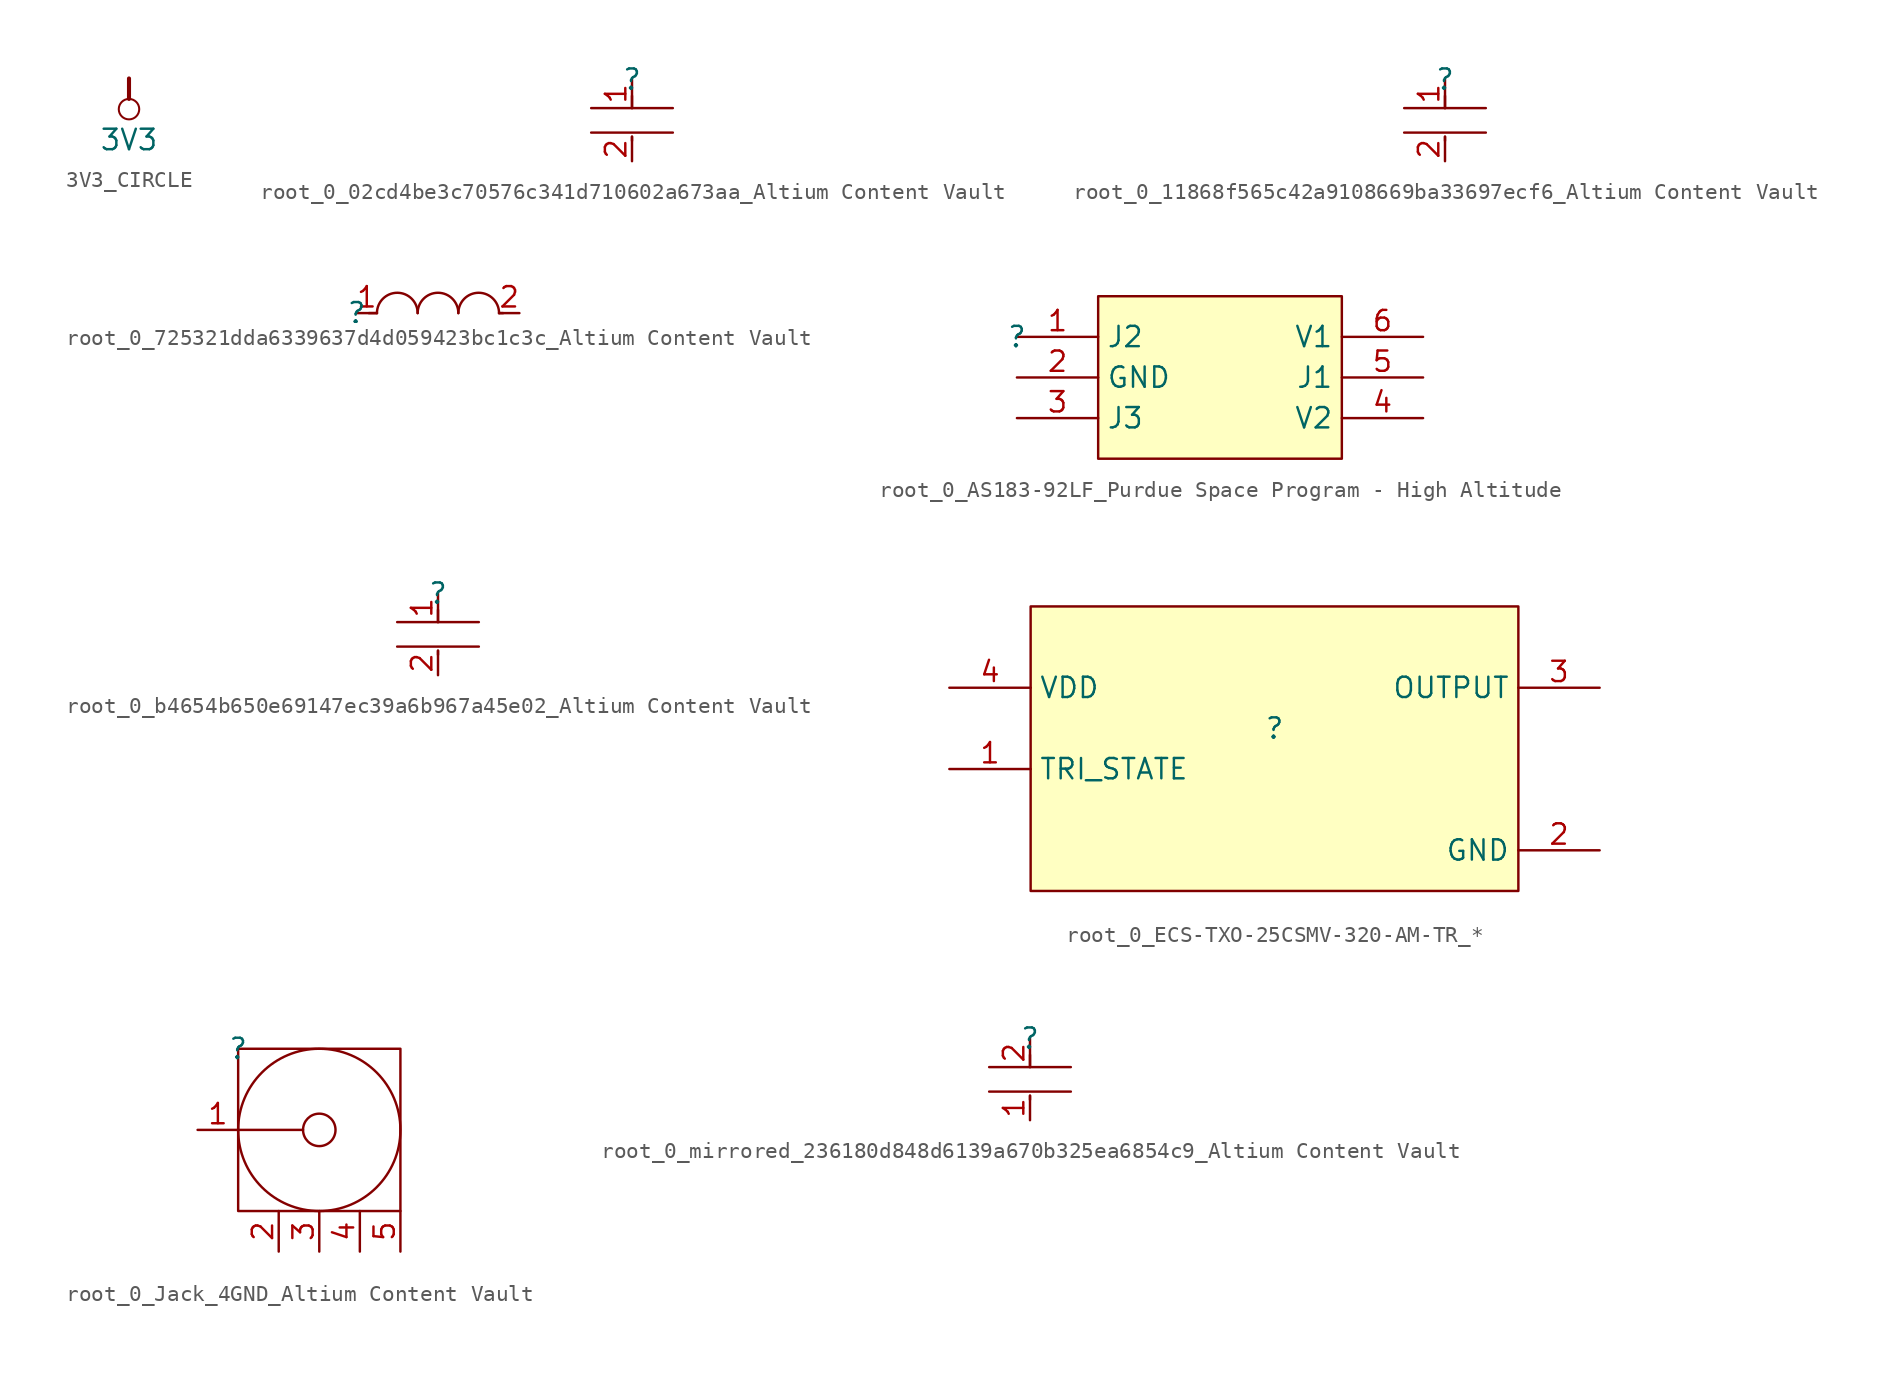
<source format=kicad_sym>
(kicad_symbol_lib
  (version 20241209)
  (generator "kicad_symbol_editor")
  (generator_version "9.0")
  (symbol "3V3_CIRCLE"
    (power)
    (property "Reference" "#PWR"
      (at 0 0 0)
      (effects (font (size 1.27 1.27)) (hide yes)))
    (property "Value" "3V3"
      (at 0 -3.81 0)
      (effects (font (size 1.27 1.27))))
    (symbol "3V3_CIRCLE_0_0"
      (polyline (pts (xy 0 0) (xy 0 -1.27)) (stroke (width 0.254) (type solid)) (fill (type none)))
      (circle (center 0 -1.905) (radius 0.635) (stroke (width 0.127) (type solid)) (fill (type none)))
      (pin power_in line (at 0 0 0) (length 0) (hide yes) (name "3V3" (effects (font (size 1.27 1.27)))) (number "" (effects (font (size 1.27 1.27)))))))
  (symbol "root_0_02cd4be3c70576c341d710602a673aa_Altium Content Vault"
    (pin_names
      (hide yes))
    (property "Reference" ""
      (at 0 0 0)
      (effects (font (size 1.27 1.27))))
    (property "Value" ""
      (at 0 0 0)
      (effects (font (size 1.27 1.27))))
    (symbol "root_0_02cd4be3c70576c341d710602a673aa_Altium Content Vault_1_0"
      (polyline (pts (xy 0 -1.778) (xy 0 -1.016)) (stroke (width 0) (type solid)) (fill (type none)))
      (polyline (pts (xy 0 -3.556) (xy 0 -3.81)) (stroke (width 0) (type solid)) (fill (type none)))
      (polyline (pts (xy 2.54 -1.778) (xy -2.54 -1.778)) (stroke (width 0) (type solid)) (fill (type none)))
      (polyline (pts (xy 2.54 -3.302) (xy -2.54 -3.302)) (stroke (width 0) (type solid)) (fill (type none)))
      (pin passive line (at 0 0 270) (length 1.778) (name "1" (effects (font (size 1.27 1.27)))) (number "1" (effects (font (size 1.27 1.27)))))
      (pin passive line (at 0 -5.08 90) (length 1.524) (name "2" (effects (font (size 1.27 1.27)))) (number "2" (effects (font (size 1.27 1.27)))))))
  (symbol "root_0_11868f565c42a9108669ba33697ecf6_Altium Content Vault"
    (pin_names
      (hide yes))
    (property "Reference" ""
      (at 0 0 0)
      (effects (font (size 1.27 1.27))))
    (property "Value" ""
      (at 0 0 0)
      (effects (font (size 1.27 1.27))))
    (symbol "root_0_11868f565c42a9108669ba33697ecf6_Altium Content Vault_1_0"
      (polyline (pts (xy 0 -1.778) (xy 0 -1.016)) (stroke (width 0) (type solid)) (fill (type none)))
      (polyline (pts (xy 0 -3.556) (xy 0 -3.81)) (stroke (width 0) (type solid)) (fill (type none)))
      (polyline (pts (xy 2.54 -1.778) (xy -2.54 -1.778)) (stroke (width 0) (type solid)) (fill (type none)))
      (polyline (pts (xy 2.54 -3.302) (xy -2.54 -3.302)) (stroke (width 0) (type solid)) (fill (type none)))
      (pin passive line (at 0 0 270) (length 1.778) (name "1" (effects (font (size 1.27 1.27)))) (number "1" (effects (font (size 1.27 1.27)))))
      (pin passive line (at 0 -5.08 90) (length 1.524) (name "2" (effects (font (size 1.27 1.27)))) (number "2" (effects (font (size 1.27 1.27)))))))
  (symbol "root_0_725321dda6339637d4d059423bc1c3c_Altium Content Vault"
    (pin_names
      (hide yes))
    (property "Reference" ""
      (at 0 0 0)
      (effects (font (size 1.27 1.27))))
    (property "Value" ""
      (at 0 0 0)
      (effects (font (size 1.27 1.27))))
    (symbol "root_0_725321dda6339637d4d059423bc1c3c_Altium Content Vault_1_0"
      (polyline (pts (xy 1.27 0) (xy 0.762 0)) (stroke (width 0) (type solid)) (fill (type none)))
      (arc (start 1.27 0) (mid 2.54 1.27) (end 3.81 0) (stroke (width 0) (type solid)) (fill (type none)))
      (arc (start 3.81 0) (mid 5.08 1.27) (end 6.35 0) (stroke (width 0) (type solid)) (fill (type none)))
      (arc (start 6.35 0) (mid 7.62 1.27) (end 8.89 0) (stroke (width 0) (type solid)) (fill (type none)))
      (polyline (pts (xy 8.89 0) (xy 9.144 0)) (stroke (width 0) (type solid)) (fill (type none)))
      (pin passive line (at 0 0 0) (length 1.27) (name "1" (effects (font (size 1.27 1.27)))) (number "1" (effects (font (size 1.27 1.27)))))
      (pin passive line (at 10.16 0 180) (length 1.27) (name "2" (effects (font (size 1.27 1.27)))) (number "2" (effects (font (size 1.27 1.27)))))))
  (symbol "root_0_AS183-92LF_Purdue Space Program - High Altitude"
    (property "Reference" ""
      (at 0 0 0)
      (effects (font (size 1.27 1.27))))
    (property "Value" ""
      (at 0 0 0)
      (effects (font (size 1.27 1.27))))
    (symbol "root_0_AS183-92LF_Purdue Space Program - High Altitude_1_0"
      (rectangle (start 20.32 2.54) (end 5.08 -7.62) (stroke (width 0) (type solid) (color 128 0 0 1)) (fill (type background)))
      (pin passive line (at 0 0 0) (length 5.08) (name "J2" (effects (font (size 1.27 1.27)))) (number "1" (effects (font (size 1.27 1.27)))))
      (pin passive line (at 0 -2.54 0) (length 5.08) (name "GND" (effects (font (size 1.27 1.27)))) (number "2" (effects (font (size 1.27 1.27)))))
      (pin passive line (at 0 -5.08 0) (length 5.08) (name "J3" (effects (font (size 1.27 1.27)))) (number "3" (effects (font (size 1.27 1.27)))))
      (pin passive line (at 25.4 0 180) (length 5.08) (name "V1" (effects (font (size 1.27 1.27)))) (number "6" (effects (font (size 1.27 1.27)))))
      (pin passive line (at 25.4 -2.54 180) (length 5.08) (name "J1" (effects (font (size 1.27 1.27)))) (number "5" (effects (font (size 1.27 1.27)))))
      (pin passive line (at 25.4 -5.08 180) (length 5.08) (name "V2" (effects (font (size 1.27 1.27)))) (number "4" (effects (font (size 1.27 1.27)))))))
  (symbol "root_0_b4654b650e69147ec39a6b967a45e02_Altium Content Vault"
    (pin_names
      (hide yes))
    (property "Reference" ""
      (at 0 0 0)
      (effects (font (size 1.27 1.27))))
    (property "Value" ""
      (at 0 0 0)
      (effects (font (size 1.27 1.27))))
    (symbol "root_0_b4654b650e69147ec39a6b967a45e02_Altium Content Vault_1_0"
      (polyline (pts (xy 0 -1.778) (xy 0 -1.016)) (stroke (width 0) (type solid)) (fill (type none)))
      (polyline (pts (xy 0 -3.556) (xy 0 -3.81)) (stroke (width 0) (type solid)) (fill (type none)))
      (polyline (pts (xy 2.54 -1.778) (xy -2.54 -1.778)) (stroke (width 0) (type solid)) (fill (type none)))
      (polyline (pts (xy 2.54 -3.302) (xy -2.54 -3.302)) (stroke (width 0) (type solid)) (fill (type none)))
      (pin passive line (at 0 0 270) (length 1.778) (name "1" (effects (font (size 1.27 1.27)))) (number "1" (effects (font (size 1.27 1.27)))))
      (pin passive line (at 0 -5.08 90) (length 1.524) (name "2" (effects (font (size 1.27 1.27)))) (number "2" (effects (font (size 1.27 1.27)))))))
  (symbol "root_0_ECS-TXO-25CSMV-320-AM-TR_*"
    (property "Reference" ""
      (at 0 0 0)
      (effects (font (size 1.27 1.27))))
    (property "Value" ""
      (at 0 0 0)
      (effects (font (size 1.27 1.27))))
    (symbol "root_0_ECS-TXO-25CSMV-320-AM-TR_*_1_0"
      (rectangle (start 15.24 7.62) (end -15.24 -10.16) (stroke (width 0) (type solid) (color 128 0 0 1)) (fill (type background)))
      (pin input line (at -20.32 2.54 0) (length 5.08) (name "VDD" (effects (font (size 1.27 1.27)))) (number "4" (effects (font (size 1.27 1.27)))))
      (pin input line (at -20.32 -2.54 0) (length 5.08) (name "TRI_STATE" (effects (font (size 1.27 1.27)))) (number "1" (effects (font (size 1.27 1.27)))))
      (pin output line (at 20.32 2.54 180) (length 5.08) (name "OUTPUT" (effects (font (size 1.27 1.27)))) (number "3" (effects (font (size 1.27 1.27)))))
      (pin power_in line (at 20.32 -7.62 180) (length 5.08) (name "GND" (effects (font (size 1.27 1.27)))) (number "2" (effects (font (size 1.27 1.27)))))))
  (symbol "root_0_Jack_4GND_Altium Content Vault"
    (pin_names
      (hide yes))
    (property "Reference" ""
      (at 0 0 0)
      (effects (font (size 1.27 1.27))))
    (property "Value" ""
      (at 0 0 0)
      (effects (font (size 1.27 1.27))))
    (symbol "root_0_Jack_4GND_Altium Content Vault_1_0"
      (polyline (pts (xy 0 -5.08) (xy 4.064 -5.08)) (stroke (width 0) (type solid)) (fill (type none)))
      (polyline (pts (xy 0 -10.16) (xy 0 0) (xy 10.16 0) (xy 10.16 -10.16) (xy 0 -10.16)) (stroke (width 0) (type solid)) (fill (type none)))
      (circle (center 5.08 -5.08) (radius 1.016) (stroke (width 0) (type solid)) (fill (type none)))
      (circle (center 5.08 -5.08) (radius 5.08) (stroke (width 0) (type solid)) (fill (type none)))
      (pin passive line (at -2.54 -5.08 0) (length 2.54) (name "Signal" (effects (font (size 1.27 1.27)))) (number "1" (effects (font (size 1.27 1.27)))))
      (pin passive line (at 2.54 -12.7 90) (length 2.54) (name "GND" (effects (font (size 1.27 1.27)))) (number "2" (effects (font (size 1.27 1.27)))))
      (pin passive line (at 5.08 -12.7 90) (length 2.54) (name "GND" (effects (font (size 1.27 1.27)))) (number "3" (effects (font (size 1.27 1.27)))))
      (pin passive line (at 7.62 -12.7 90) (length 2.54) (name "GND" (effects (font (size 1.27 1.27)))) (number "4" (effects (font (size 1.27 1.27)))))
      (pin passive line (at 10.16 -12.7 90) (length 2.54) (name "GND" (effects (font (size 1.27 1.27)))) (number "5" (effects (font (size 1.27 1.27)))))))
  (symbol "root_0_mirrored_236180d848d6139a670b325ea6854c9_Altium Content Vault"
    (pin_names
      (hide yes))
    (property "Reference" ""
      (at 0 0 0)
      (effects (font (size 1.27 1.27))))
    (property "Value" ""
      (at 0 0 0)
      (effects (font (size 1.27 1.27))))
    (symbol "root_0_mirrored_236180d848d6139a670b325ea6854c9_Altium Content Vault_1_0"
      (polyline (pts (xy -2.54 -1.778) (xy 2.54 -1.778)) (stroke (width 0) (type solid)) (fill (type none)))
      (polyline (pts (xy -2.54 -3.302) (xy 2.54 -3.302)) (stroke (width 0) (type solid)) (fill (type none)))
      (polyline (pts (xy 0 -1.778) (xy 0 -1.016)) (stroke (width 0) (type solid)) (fill (type none)))
      (polyline (pts (xy 0 -3.556) (xy 0 -3.81)) (stroke (width 0) (type solid)) (fill (type none)))
      (pin passive line (at 0 0 270) (length 1.778) (name "2" (effects (font (size 1.27 1.27)))) (number "2" (effects (font (size 1.27 1.27)))))
      (pin passive line (at 0 -5.08 90) (length 1.524) (name "1" (effects (font (size 1.27 1.27)))) (number "1" (effects (font (size 1.27 1.27))))))))
</source>
